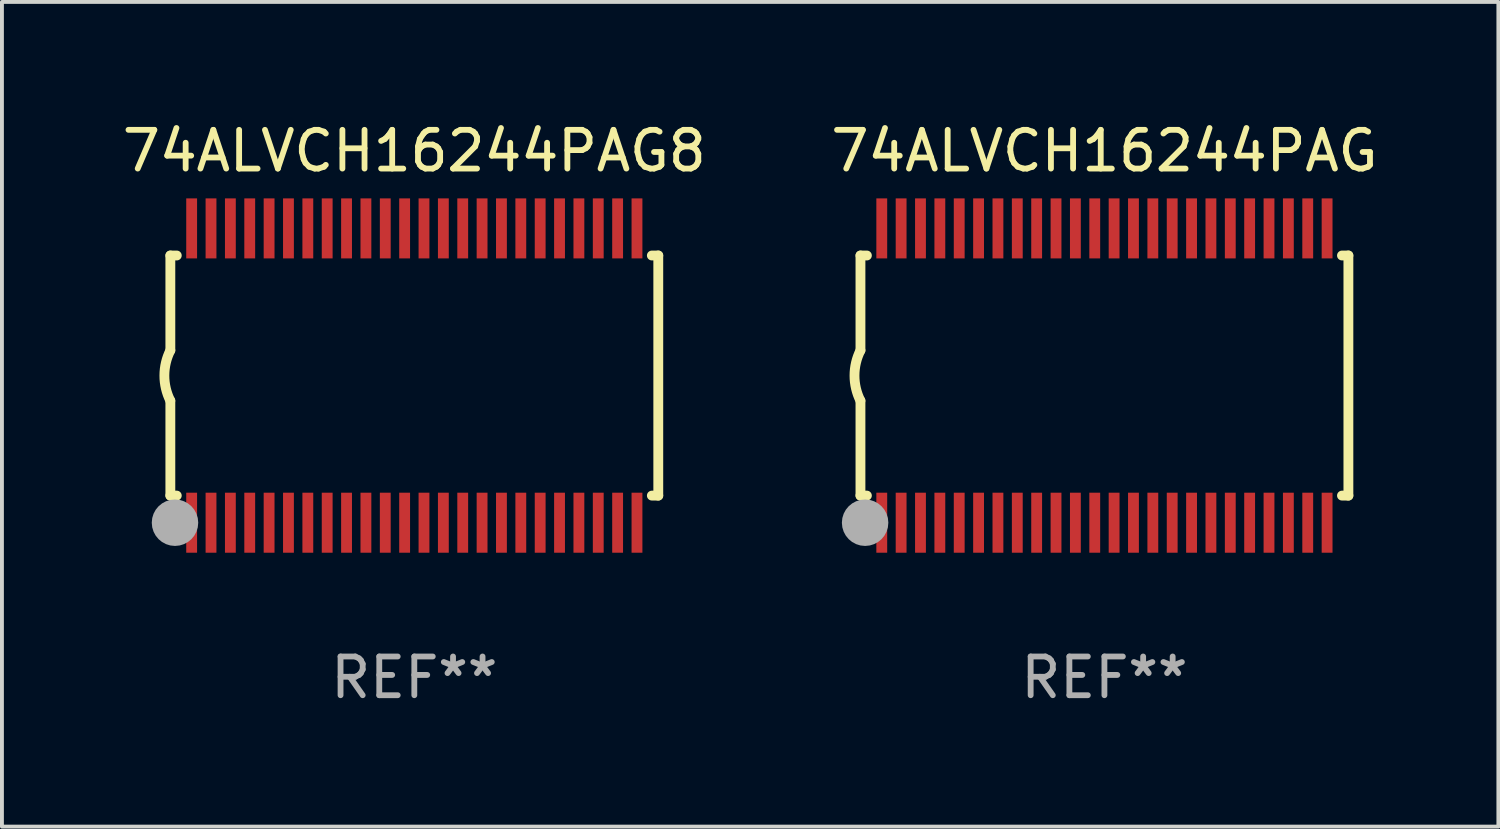
<source format=kicad_pcb>
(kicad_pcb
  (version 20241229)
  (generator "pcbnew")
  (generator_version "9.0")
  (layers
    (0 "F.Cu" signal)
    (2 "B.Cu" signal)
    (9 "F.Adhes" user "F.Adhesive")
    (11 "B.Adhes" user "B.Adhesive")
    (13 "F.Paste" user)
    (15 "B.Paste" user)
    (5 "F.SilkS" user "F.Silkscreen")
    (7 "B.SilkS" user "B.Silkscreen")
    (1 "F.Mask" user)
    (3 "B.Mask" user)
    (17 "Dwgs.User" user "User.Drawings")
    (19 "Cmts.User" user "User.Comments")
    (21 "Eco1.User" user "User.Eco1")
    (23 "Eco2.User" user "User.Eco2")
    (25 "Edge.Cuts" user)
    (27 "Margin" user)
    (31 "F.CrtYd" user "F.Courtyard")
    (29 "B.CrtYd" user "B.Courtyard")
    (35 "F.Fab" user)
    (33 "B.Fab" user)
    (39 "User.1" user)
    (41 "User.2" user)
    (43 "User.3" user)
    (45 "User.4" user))
  (footprint "74ALVCH16244PAG8"
    (layer "F.Cu")
    (at 7.649 6.648)
    (property "Reference" "74ALVCH16244PAG8" (at 0 -5.8 0) (layer "F.SilkS") (effects (font (size 1 1) (thickness 0.15))))
    (attr through_hole)
    (fp_line (start -6.3 -3.1) (end -6.3 -0.65) (stroke (width 0.254) (type solid)) (layer "F.SilkS"))
    (fp_line (start -6.3 -3.1) (end -6.134 -3.1) (stroke (width 0.254) (type solid)) (layer "F.SilkS"))
    (fp_line (start -6.3 3.1) (end -6.3 0.65) (stroke (width 0.254) (type solid)) (layer "F.SilkS"))
    (fp_line (start -6.3 3.1) (end -6.134 3.1) (stroke (width 0.254) (type solid)) (layer "F.SilkS"))
    (fp_line (start 6.134 -3.1) (end 6.3 -3.1) (stroke (width 0.254) (type solid)) (layer "F.SilkS"))
    (fp_line (start 6.134 3.1) (end 6.3 3.1) (stroke (width 0.254) (type solid)) (layer "F.SilkS"))
    (fp_line (start 6.3 -3.1) (end 6.3 3.1) (stroke (width 0.254) (type solid)) (layer "F.SilkS"))
    (fp_arc (start -6.301016 0.650114) (mid -6.45413 -0.000082) (end -6.3 -0.650038) (stroke (width 0.254001) (type solid)) (layer "F.SilkS"))
    (fp_circle (center -6.35 3.81) (end -6.223 3.81) (stroke (width 0.254) (type solid)) (fill no) (layer "F.SilkS"))
    (fp_circle (center -6.25 4.05) (end -6.22 4.05) (stroke (width 0.06) (type solid)) (fill no) (layer "F.SilkS"))
    (fp_circle (center -6.18 3.8) (end -5.88 3.8) (stroke (width 0.6) (type solid)) (fill no) (layer "F.Fab"))
    (fp_text user "REF**" (at 0 7.8 0) (layer "F.Fab") (effects (font (size 1 1) (thickness 0.15))))
    (pad "1" smd rect (at -5.75 3.8) (size 0.28 1.55) (layers "F.Cu" "F.Mask" "F.Paste"))
    (pad "2" smd rect (at -5.25 3.8) (size 0.28 1.55) (layers "F.Cu" "F.Mask" "F.Paste"))
    (pad "3" smd rect (at -4.75 3.8) (size 0.28 1.55) (layers "F.Cu" "F.Mask" "F.Paste"))
    (pad "4" smd rect (at -4.25 3.8) (size 0.28 1.55) (layers "F.Cu" "F.Mask" "F.Paste"))
    (pad "5" smd rect (at -3.75 3.8) (size 0.28 1.55) (layers "F.Cu" "F.Mask" "F.Paste"))
    (pad "6" smd rect (at -3.25 3.8) (size 0.28 1.55) (layers "F.Cu" "F.Mask" "F.Paste"))
    (pad "7" smd rect (at -2.75 3.8) (size 0.28 1.55) (layers "F.Cu" "F.Mask" "F.Paste"))
    (pad "8" smd rect (at -2.25 3.8) (size 0.28 1.55) (layers "F.Cu" "F.Mask" "F.Paste"))
    (pad "9" smd rect (at -1.75 3.8) (size 0.28 1.55) (layers "F.Cu" "F.Mask" "F.Paste"))
    (pad "10" smd rect (at -1.25 3.8) (size 0.28 1.55) (layers "F.Cu" "F.Mask" "F.Paste"))
    (pad "11" smd rect (at -0.75 3.8) (size 0.28 1.55) (layers "F.Cu" "F.Mask" "F.Paste"))
    (pad "12" smd rect (at -0.25 3.8) (size 0.28 1.55) (layers "F.Cu" "F.Mask" "F.Paste"))
    (pad "13" smd rect (at 0.25 3.8) (size 0.28 1.55) (layers "F.Cu" "F.Mask" "F.Paste"))
    (pad "14" smd rect (at 0.75 3.8) (size 0.28 1.55) (layers "F.Cu" "F.Mask" "F.Paste"))
    (pad "15" smd rect (at 1.25 3.8) (size 0.28 1.55) (layers "F.Cu" "F.Mask" "F.Paste"))
    (pad "16" smd rect (at 1.75 3.8) (size 0.28 1.55) (layers "F.Cu" "F.Mask" "F.Paste"))
    (pad "17" smd rect (at 2.25 3.8) (size 0.28 1.55) (layers "F.Cu" "F.Mask" "F.Paste"))
    (pad "18" smd rect (at 2.75 3.8) (size 0.28 1.55) (layers "F.Cu" "F.Mask" "F.Paste"))
    (pad "19" smd rect (at 3.25 3.8) (size 0.28 1.55) (layers "F.Cu" "F.Mask" "F.Paste"))
    (pad "20" smd rect (at 3.75 3.8) (size 0.28 1.55) (layers "F.Cu" "F.Mask" "F.Paste"))
    (pad "21" smd rect (at 4.25 3.8) (size 0.28 1.55) (layers "F.Cu" "F.Mask" "F.Paste"))
    (pad "22" smd rect (at 4.75 3.8) (size 0.28 1.55) (layers "F.Cu" "F.Mask" "F.Paste"))
    (pad "23" smd rect (at 5.25 3.8) (size 0.28 1.55) (layers "F.Cu" "F.Mask" "F.Paste"))
    (pad "24" smd rect (at 5.75 3.8) (size 0.28 1.55) (layers "F.Cu" "F.Mask" "F.Paste"))
    (pad "25" smd rect (at 5.75 -3.8) (size 0.28 1.55) (layers "F.Cu" "F.Mask" "F.Paste"))
    (pad "26" smd rect (at 5.25 -3.8) (size 0.28 1.55) (layers "F.Cu" "F.Mask" "F.Paste"))
    (pad "27" smd rect (at 4.75 -3.8) (size 0.28 1.55) (layers "F.Cu" "F.Mask" "F.Paste"))
    (pad "28" smd rect (at 4.25 -3.8) (size 0.28 1.55) (layers "F.Cu" "F.Mask" "F.Paste"))
    (pad "29" smd rect (at 3.75 -3.8) (size 0.28 1.55) (layers "F.Cu" "F.Mask" "F.Paste"))
    (pad "30" smd rect (at 3.25 -3.8) (size 0.28 1.55) (layers "F.Cu" "F.Mask" "F.Paste"))
    (pad "31" smd rect (at 2.75 -3.8) (size 0.28 1.55) (layers "F.Cu" "F.Mask" "F.Paste"))
    (pad "32" smd rect (at 2.25 -3.8) (size 0.28 1.55) (layers "F.Cu" "F.Mask" "F.Paste"))
    (pad "33" smd rect (at 1.75 -3.8) (size 0.28 1.55) (layers "F.Cu" "F.Mask" "F.Paste"))
    (pad "34" smd rect (at 1.25 -3.8) (size 0.28 1.55) (layers "F.Cu" "F.Mask" "F.Paste"))
    (pad "35" smd rect (at 0.75 -3.8) (size 0.28 1.55) (layers "F.Cu" "F.Mask" "F.Paste"))
    (pad "36" smd rect (at 0.25 -3.8) (size 0.28 1.55) (layers "F.Cu" "F.Mask" "F.Paste"))
    (pad "37" smd rect (at -0.25 -3.8) (size 0.28 1.55) (layers "F.Cu" "F.Mask" "F.Paste"))
    (pad "38" smd rect (at -0.75 -3.8) (size 0.28 1.55) (layers "F.Cu" "F.Mask" "F.Paste"))
    (pad "39" smd rect (at -1.25 -3.8) (size 0.28 1.55) (layers "F.Cu" "F.Mask" "F.Paste"))
    (pad "40" smd rect (at -1.75 -3.8) (size 0.28 1.55) (layers "F.Cu" "F.Mask" "F.Paste"))
    (pad "41" smd rect (at -2.25 -3.8) (size 0.28 1.55) (layers "F.Cu" "F.Mask" "F.Paste"))
    (pad "42" smd rect (at -2.75 -3.8) (size 0.28 1.55) (layers "F.Cu" "F.Mask" "F.Paste"))
    (pad "43" smd rect (at -3.25 -3.8) (size 0.28 1.55) (layers "F.Cu" "F.Mask" "F.Paste"))
    (pad "44" smd rect (at -3.75 -3.8) (size 0.28 1.55) (layers "F.Cu" "F.Mask" "F.Paste"))
    (pad "45" smd rect (at -4.25 -3.8) (size 0.28 1.55) (layers "F.Cu" "F.Mask" "F.Paste"))
    (pad "46" smd rect (at -4.75 -3.8) (size 0.28 1.55) (layers "F.Cu" "F.Mask" "F.Paste"))
    (pad "47" smd rect (at -5.25 -3.8) (size 0.28 1.55) (layers "F.Cu" "F.Mask" "F.Paste"))
    (pad "48" smd rect (at -5.75 -3.8) (size 0.28 1.55) (layers "F.Cu" "F.Mask" "F.Paste")))
  (footprint "74ALVCH16244PAG"
    (layer "F.Cu")
    (at 25.47 6.648)
    (property "Reference" "74ALVCH16244PAG" (at 0 -5.8 0) (layer "F.SilkS") (effects (font (size 1 1) (thickness 0.15))))
    (attr through_hole)
    (fp_line (start -6.3 -3.1) (end -6.3 -0.65) (stroke (width 0.254) (type solid)) (layer "F.SilkS"))
    (fp_line (start -6.3 -3.1) (end -6.134 -3.1) (stroke (width 0.254) (type solid)) (layer "F.SilkS"))
    (fp_line (start -6.3 3.1) (end -6.3 0.65) (stroke (width 0.254) (type solid)) (layer "F.SilkS"))
    (fp_line (start -6.3 3.1) (end -6.134 3.1) (stroke (width 0.254) (type solid)) (layer "F.SilkS"))
    (fp_line (start 6.134 -3.1) (end 6.3 -3.1) (stroke (width 0.254) (type solid)) (layer "F.SilkS"))
    (fp_line (start 6.134 3.1) (end 6.3 3.1) (stroke (width 0.254) (type solid)) (layer "F.SilkS"))
    (fp_line (start 6.3 -3.1) (end 6.3 3.1) (stroke (width 0.254) (type solid)) (layer "F.SilkS"))
    (fp_arc (start -6.301016 0.650114) (mid -6.45413 -0.000082) (end -6.3 -0.650038) (stroke (width 0.254001) (type solid)) (layer "F.SilkS"))
    (fp_circle (center -6.35 3.81) (end -6.223 3.81) (stroke (width 0.254) (type solid)) (fill no) (layer "F.SilkS"))
    (fp_circle (center -6.25 4.05) (end -6.22 4.05) (stroke (width 0.06) (type solid)) (fill no) (layer "F.SilkS"))
    (fp_circle (center -6.18 3.8) (end -5.88 3.8) (stroke (width 0.6) (type solid)) (fill no) (layer "F.Fab"))
    (fp_text user "REF**" (at 0 7.8 0) (layer "F.Fab") (effects (font (size 1 1) (thickness 0.15))))
    (pad "1" smd rect (at -5.75 3.8) (size 0.28 1.55) (layers "F.Cu" "F.Mask" "F.Paste"))
    (pad "2" smd rect (at -5.25 3.8) (size 0.28 1.55) (layers "F.Cu" "F.Mask" "F.Paste"))
    (pad "3" smd rect (at -4.75 3.8) (size 0.28 1.55) (layers "F.Cu" "F.Mask" "F.Paste"))
    (pad "4" smd rect (at -4.25 3.8) (size 0.28 1.55) (layers "F.Cu" "F.Mask" "F.Paste"))
    (pad "5" smd rect (at -3.75 3.8) (size 0.28 1.55) (layers "F.Cu" "F.Mask" "F.Paste"))
    (pad "6" smd rect (at -3.25 3.8) (size 0.28 1.55) (layers "F.Cu" "F.Mask" "F.Paste"))
    (pad "7" smd rect (at -2.75 3.8) (size 0.28 1.55) (layers "F.Cu" "F.Mask" "F.Paste"))
    (pad "8" smd rect (at -2.25 3.8) (size 0.28 1.55) (layers "F.Cu" "F.Mask" "F.Paste"))
    (pad "9" smd rect (at -1.75 3.8) (size 0.28 1.55) (layers "F.Cu" "F.Mask" "F.Paste"))
    (pad "10" smd rect (at -1.25 3.8) (size 0.28 1.55) (layers "F.Cu" "F.Mask" "F.Paste"))
    (pad "11" smd rect (at -0.75 3.8) (size 0.28 1.55) (layers "F.Cu" "F.Mask" "F.Paste"))
    (pad "12" smd rect (at -0.25 3.8) (size 0.28 1.55) (layers "F.Cu" "F.Mask" "F.Paste"))
    (pad "13" smd rect (at 0.25 3.8) (size 0.28 1.55) (layers "F.Cu" "F.Mask" "F.Paste"))
    (pad "14" smd rect (at 0.75 3.8) (size 0.28 1.55) (layers "F.Cu" "F.Mask" "F.Paste"))
    (pad "15" smd rect (at 1.25 3.8) (size 0.28 1.55) (layers "F.Cu" "F.Mask" "F.Paste"))
    (pad "16" smd rect (at 1.75 3.8) (size 0.28 1.55) (layers "F.Cu" "F.Mask" "F.Paste"))
    (pad "17" smd rect (at 2.25 3.8) (size 0.28 1.55) (layers "F.Cu" "F.Mask" "F.Paste"))
    (pad "18" smd rect (at 2.75 3.8) (size 0.28 1.55) (layers "F.Cu" "F.Mask" "F.Paste"))
    (pad "19" smd rect (at 3.25 3.8) (size 0.28 1.55) (layers "F.Cu" "F.Mask" "F.Paste"))
    (pad "20" smd rect (at 3.75 3.8) (size 0.28 1.55) (layers "F.Cu" "F.Mask" "F.Paste"))
    (pad "21" smd rect (at 4.25 3.8) (size 0.28 1.55) (layers "F.Cu" "F.Mask" "F.Paste"))
    (pad "22" smd rect (at 4.75 3.8) (size 0.28 1.55) (layers "F.Cu" "F.Mask" "F.Paste"))
    (pad "23" smd rect (at 5.25 3.8) (size 0.28 1.55) (layers "F.Cu" "F.Mask" "F.Paste"))
    (pad "24" smd rect (at 5.75 3.8) (size 0.28 1.55) (layers "F.Cu" "F.Mask" "F.Paste"))
    (pad "25" smd rect (at 5.75 -3.8) (size 0.28 1.55) (layers "F.Cu" "F.Mask" "F.Paste"))
    (pad "26" smd rect (at 5.25 -3.8) (size 0.28 1.55) (layers "F.Cu" "F.Mask" "F.Paste"))
    (pad "27" smd rect (at 4.75 -3.8) (size 0.28 1.55) (layers "F.Cu" "F.Mask" "F.Paste"))
    (pad "28" smd rect (at 4.25 -3.8) (size 0.28 1.55) (layers "F.Cu" "F.Mask" "F.Paste"))
    (pad "29" smd rect (at 3.75 -3.8) (size 0.28 1.55) (layers "F.Cu" "F.Mask" "F.Paste"))
    (pad "30" smd rect (at 3.25 -3.8) (size 0.28 1.55) (layers "F.Cu" "F.Mask" "F.Paste"))
    (pad "31" smd rect (at 2.75 -3.8) (size 0.28 1.55) (layers "F.Cu" "F.Mask" "F.Paste"))
    (pad "32" smd rect (at 2.25 -3.8) (size 0.28 1.55) (layers "F.Cu" "F.Mask" "F.Paste"))
    (pad "33" smd rect (at 1.75 -3.8) (size 0.28 1.55) (layers "F.Cu" "F.Mask" "F.Paste"))
    (pad "34" smd rect (at 1.25 -3.8) (size 0.28 1.55) (layers "F.Cu" "F.Mask" "F.Paste"))
    (pad "35" smd rect (at 0.75 -3.8) (size 0.28 1.55) (layers "F.Cu" "F.Mask" "F.Paste"))
    (pad "36" smd rect (at 0.25 -3.8) (size 0.28 1.55) (layers "F.Cu" "F.Mask" "F.Paste"))
    (pad "37" smd rect (at -0.25 -3.8) (size 0.28 1.55) (layers "F.Cu" "F.Mask" "F.Paste"))
    (pad "38" smd rect (at -0.75 -3.8) (size 0.28 1.55) (layers "F.Cu" "F.Mask" "F.Paste"))
    (pad "39" smd rect (at -1.25 -3.8) (size 0.28 1.55) (layers "F.Cu" "F.Mask" "F.Paste"))
    (pad "40" smd rect (at -1.75 -3.8) (size 0.28 1.55) (layers "F.Cu" "F.Mask" "F.Paste"))
    (pad "41" smd rect (at -2.25 -3.8) (size 0.28 1.55) (layers "F.Cu" "F.Mask" "F.Paste"))
    (pad "42" smd rect (at -2.75 -3.8) (size 0.28 1.55) (layers "F.Cu" "F.Mask" "F.Paste"))
    (pad "43" smd rect (at -3.25 -3.8) (size 0.28 1.55) (layers "F.Cu" "F.Mask" "F.Paste"))
    (pad "44" smd rect (at -3.75 -3.8) (size 0.28 1.55) (layers "F.Cu" "F.Mask" "F.Paste"))
    (pad "45" smd rect (at -4.25 -3.8) (size 0.28 1.55) (layers "F.Cu" "F.Mask" "F.Paste"))
    (pad "46" smd rect (at -4.75 -3.8) (size 0.28 1.55) (layers "F.Cu" "F.Mask" "F.Paste"))
    (pad "47" smd rect (at -5.25 -3.8) (size 0.28 1.55) (layers "F.Cu" "F.Mask" "F.Paste"))
    (pad "48" smd rect (at -5.75 -3.8) (size 0.28 1.55) (layers "F.Cu" "F.Mask" "F.Paste")))
  (gr_rect
    (start -3 -3)
    (end 35.643 18.296)
    (stroke (width 0.1) (type default))
    (fill no)
    (layer "Edge.Cuts")))
</source>
